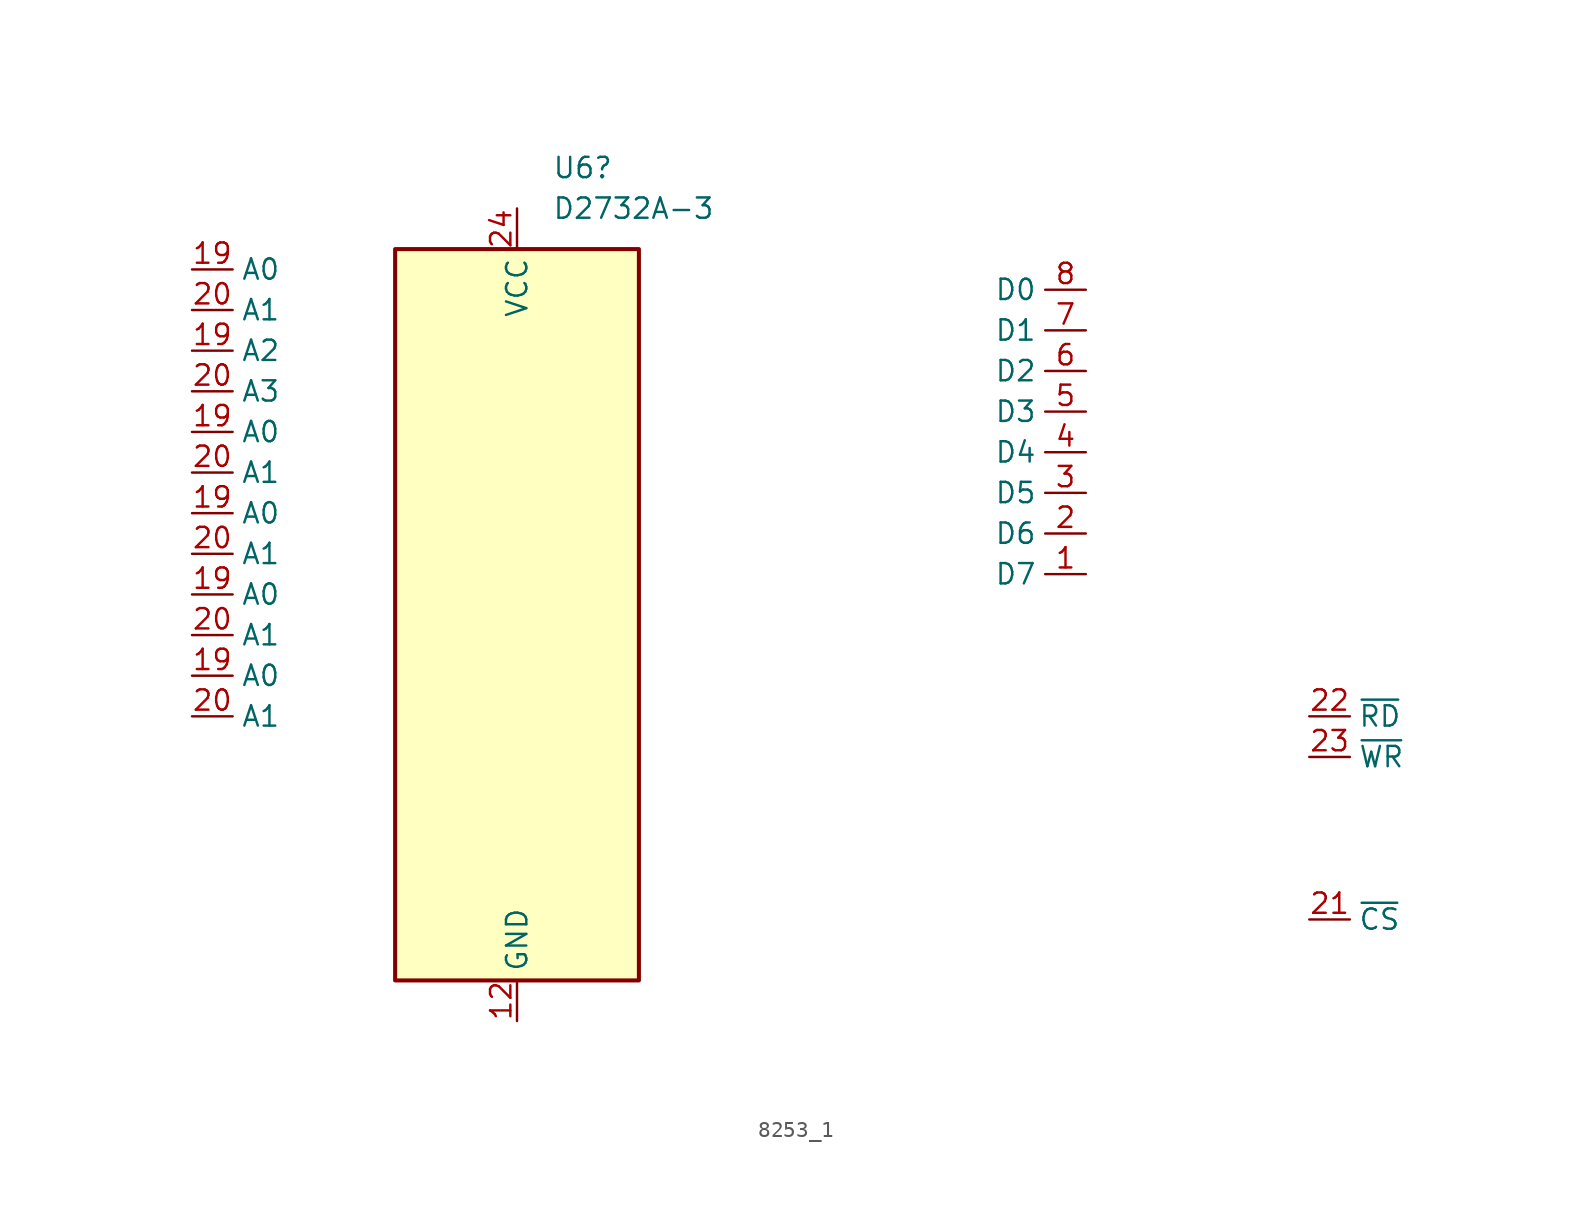
<source format=kicad_sym>
(kicad_symbol_lib
  (version 20231120)
  (generator "kicad_symbol_editor")
  (generator_version "8.0")
  (symbol "8253_1"
    (property "Reference" "U6"
      (at 2.194 27.94 0)
      (effects (font (size 1.27 1.27)) (justify left)))
    (property "Value" "D2732A-3"
      (at 2.194 25.4 0)
      (effects (font (size 1.27 1.27)) (justify left)))
    (symbol "8253_1_0_1"
      (rectangle (start -7.62 -22.86) (end 7.62 22.86) (stroke (width 0.254) (type default)) (fill (type background))))
    (symbol "8253_1_1_1"
      (pin bidirectional line (at 35.56 2.54 180) (length 2.54) (name "D7" (effects (font (size 1.27 1.27)))) (number "1" (effects (font (size 1.27 1.27)))))
      (pin power_in line (at 0 -25.4 90) (length 2.54) (name "GND" (effects (font (size 1.27 1.27)))) (number "12" (effects (font (size 1.27 1.27)))))
      (pin input line (at -20.32 -3.81 0) (length 2.54) (name "A0" (effects (font (size 1.27 1.27)))) (number "19" (effects (font (size 1.27 1.27)))))
      (pin input line (at -20.32 1.27 0) (length 2.54) (name "A0" (effects (font (size 1.27 1.27)))) (number "19" (effects (font (size 1.27 1.27)))))
      (pin input line (at -20.32 6.35 0) (length 2.54) (name "A0" (effects (font (size 1.27 1.27)))) (number "19" (effects (font (size 1.27 1.27)))))
      (pin input line (at -20.32 11.43 0) (length 2.54) (name "A0" (effects (font (size 1.27 1.27)))) (number "19" (effects (font (size 1.27 1.27)))))
      (pin input line (at -20.32 21.59 0) (length 2.54) (name "A0" (effects (font (size 1.27 1.27)))) (number "19" (effects (font (size 1.27 1.27)))))
      (pin input line (at -20.32 16.51 0) (length 2.54) (name "A2" (effects (font (size 1.27 1.27)))) (number "19" (effects (font (size 1.27 1.27)))))
      (pin bidirectional line (at 35.56 5.08 180) (length 2.54) (name "D6" (effects (font (size 1.27 1.27)))) (number "2" (effects (font (size 1.27 1.27)))))
      (pin input line (at -20.32 -6.35 0) (length 2.54) (name "A1" (effects (font (size 1.27 1.27)))) (number "20" (effects (font (size 1.27 1.27)))))
      (pin input line (at -20.32 -1.27 0) (length 2.54) (name "A1" (effects (font (size 1.27 1.27)))) (number "20" (effects (font (size 1.27 1.27)))))
      (pin input line (at -20.32 3.81 0) (length 2.54) (name "A1" (effects (font (size 1.27 1.27)))) (number "20" (effects (font (size 1.27 1.27)))))
      (pin input line (at -20.32 8.89 0) (length 2.54) (name "A1" (effects (font (size 1.27 1.27)))) (number "20" (effects (font (size 1.27 1.27)))))
      (pin input line (at -20.32 19.05 0) (length 2.54) (name "A1" (effects (font (size 1.27 1.27)))) (number "20" (effects (font (size 1.27 1.27)))))
      (pin input line (at -20.32 13.97 0) (length 2.54) (name "A3" (effects (font (size 1.27 1.27)))) (number "20" (effects (font (size 1.27 1.27)))))
      (pin input line (at 49.53 -19.05 0) (length 2.54) (name "~{CS}" (effects (font (size 1.27 1.27)))) (number "21" (effects (font (size 1.27 1.27)))))
      (pin input line (at 49.53 -6.35 0) (length 2.54) (name "~{RD}" (effects (font (size 1.27 1.27)))) (number "22" (effects (font (size 1.27 1.27)))))
      (pin input line (at 49.53 -8.89 0) (length 2.54) (name "~{WR}" (effects (font (size 1.27 1.27)))) (number "23" (effects (font (size 1.27 1.27)))))
      (pin power_in line (at 0 25.4 270) (length 2.54) (name "VCC" (effects (font (size 1.27 1.27)))) (number "24" (effects (font (size 1.27 1.27)))))
      (pin bidirectional line (at 35.56 7.62 180) (length 2.54) (name "D5" (effects (font (size 1.27 1.27)))) (number "3" (effects (font (size 1.27 1.27)))))
      (pin bidirectional line (at 35.56 10.16 180) (length 2.54) (name "D4" (effects (font (size 1.27 1.27)))) (number "4" (effects (font (size 1.27 1.27)))))
      (pin bidirectional line (at 35.56 12.7 180) (length 2.54) (name "D3" (effects (font (size 1.27 1.27)))) (number "5" (effects (font (size 1.27 1.27)))))
      (pin bidirectional line (at 35.56 15.24 180) (length 2.54) (name "D2" (effects (font (size 1.27 1.27)))) (number "6" (effects (font (size 1.27 1.27)))))
      (pin bidirectional line (at 35.56 17.78 180) (length 2.54) (name "D1" (effects (font (size 1.27 1.27)))) (number "7" (effects (font (size 1.27 1.27)))))
      (pin bidirectional line (at 35.56 20.32 180) (length 2.54) (name "D0" (effects (font (size 1.27 1.27)))) (number "8" (effects (font (size 1.27 1.27))))))))
</source>
